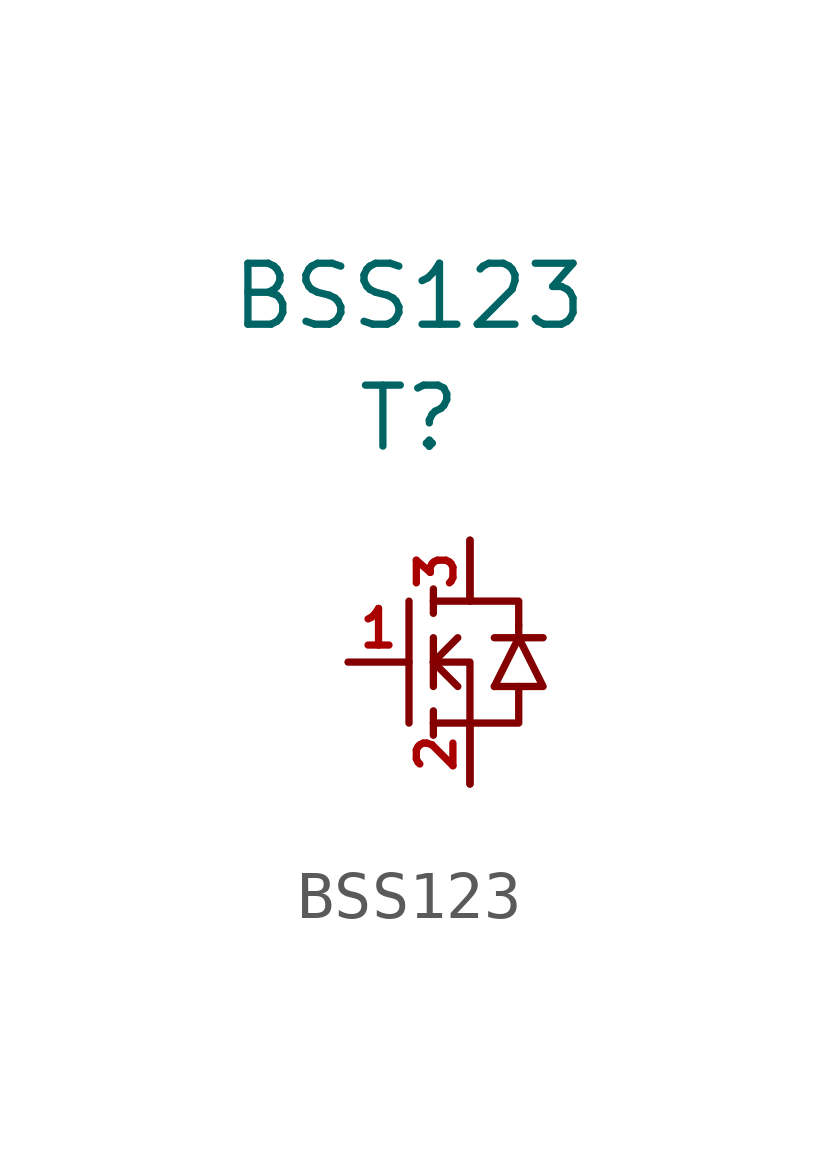
<source format=kicad_sym>
(kicad_symbol_lib
  (version 20220914)
  (generator kicad_symbol_editor)
  (symbol "BSS123"
    (pin_names
      (offset 1.016) hide)
    (property "Reference" "T"
      (at -1.27 5.08 0)
      (effects (font (size 1.27 1.27))))
    (property "Value" "BSS123"
      (at -1.27 7.62 0)
      (effects (font (size 1.27 1.27))))
    (symbol "BSS123_0_1"
      (polyline (pts (xy -1.27 1.27) (xy -1.27 -1.27)) (stroke (width 0) (type solid)) (fill (type none)))
      (polyline (pts (xy -0.762 -1.016) (xy -0.762 -1.524)) (stroke (width 0) (type solid)) (fill (type none)))
      (polyline (pts (xy -0.762 0) (xy -0.254 -0.508)) (stroke (width 0) (type solid)) (fill (type none)))
      (polyline (pts (xy -0.762 0) (xy -0.254 0.508)) (stroke (width 0) (type solid)) (fill (type none)))
      (polyline (pts (xy -0.762 0.508) (xy -0.762 -0.508)) (stroke (width 0) (type solid)) (fill (type none)))
      (polyline (pts (xy -0.762 1.524) (xy -0.762 1.016)) (stroke (width 0) (type solid)) (fill (type none)))
      (polyline (pts (xy 0 -1.27) (xy 0 -2.54)) (stroke (width 0) (type solid)) (fill (type none)))
      (polyline (pts (xy 0 1.27) (xy 0 2.54)) (stroke (width 0) (type solid)) (fill (type none)))
      (polyline (pts (xy 0.508 -0.508) (xy 1.016 0.508)) (stroke (width 0) (type solid)) (fill (type none)))
      (polyline (pts (xy 0.508 0.508) (xy 1.524 0.508)) (stroke (width 0) (type solid)) (fill (type none)))
      (polyline (pts (xy 1.016 0.508) (xy 1.016 0.762)) (stroke (width 0) (type solid)) (fill (type none)))
      (polyline (pts (xy -0.762 -1.27) (xy 1.016 -1.27) (xy 1.016 -0.508)) (stroke (width 0) (type solid)) (fill (type none)))
      (polyline (pts (xy -0.762 0) (xy 0 0) (xy 0 -1.27)) (stroke (width 0) (type solid)) (fill (type none)))
      (polyline (pts (xy -0.762 1.27) (xy 1.016 1.27) (xy 1.016 0.762)) (stroke (width 0) (type solid)) (fill (type none)))
      (polyline (pts (xy 0.508 -0.508) (xy 1.524 -0.508) (xy 1.016 0.508)) (stroke (width 0) (type solid)) (fill (type none))))
    (symbol "BSS123_1_1"
      (pin input line (at -2.54 0 0) (length 1.27) (name "G" (effects (font (size 1.27 1.27)))) (number "1" (effects (font (size 0.762 0.762)))))
      (pin passive line (at 0 -2.54 90) (length 1.27) (name "S" (effects (font (size 1.27 1.27)))) (number "2" (effects (font (size 0.762 0.762)))))
      (pin passive line (at 0 2.54 270) (length 1.27) (name "D" (effects (font (size 1.27 1.27)))) (number "3" (effects (font (size 0.762 0.762))))))))
</source>
